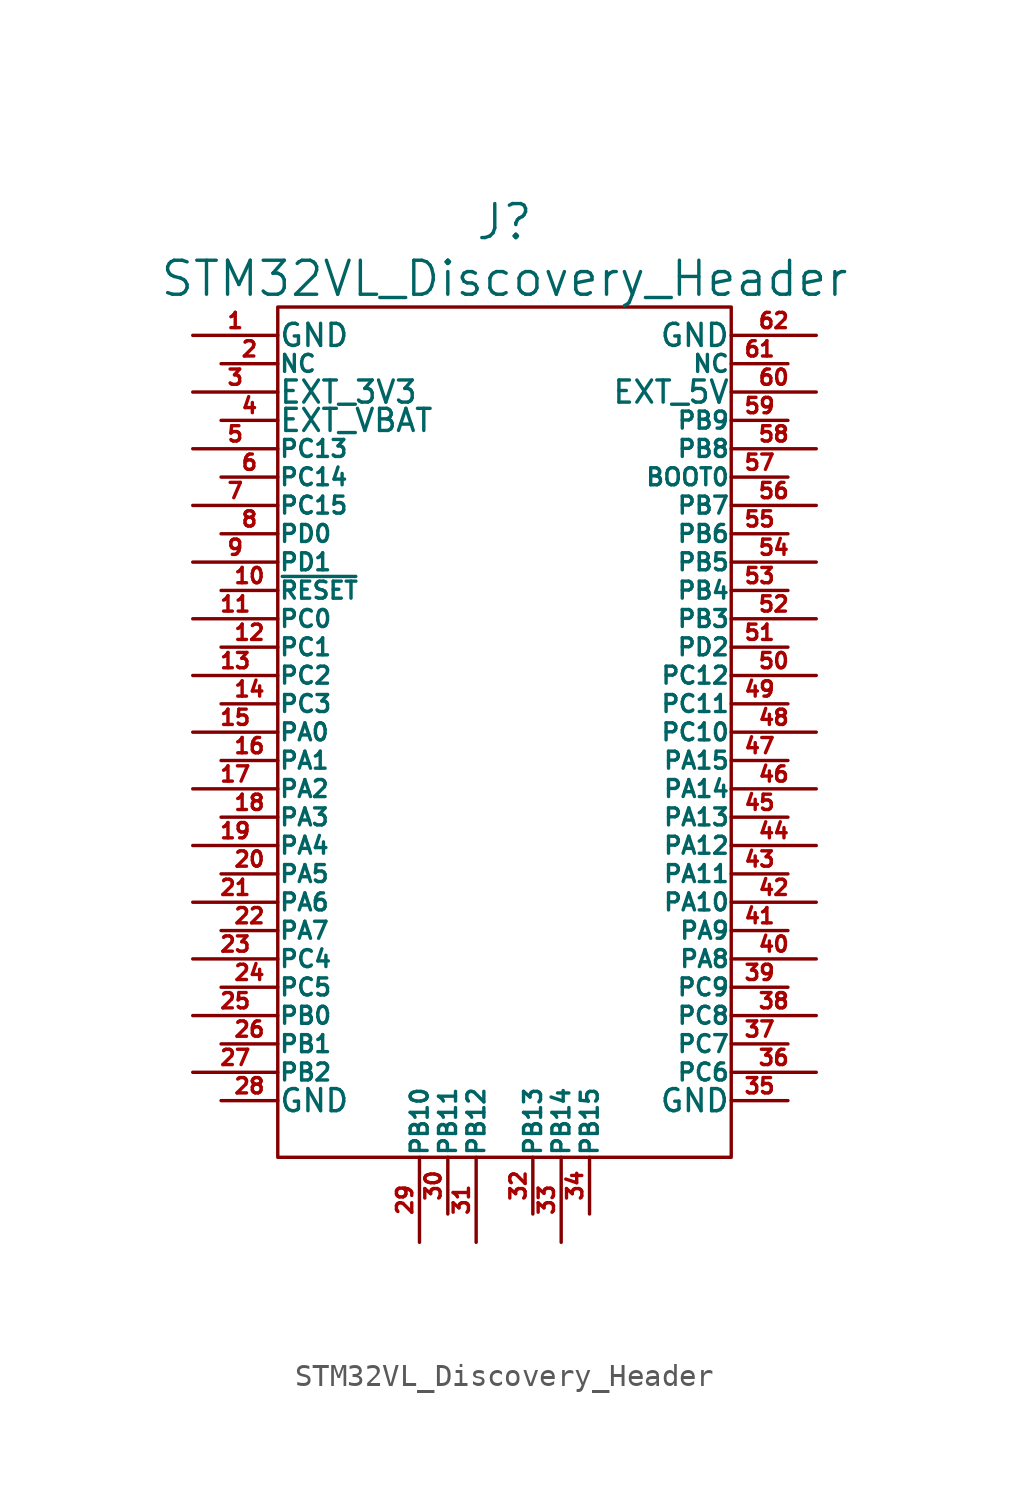
<source format=kicad_sym>
(kicad_symbol_lib
  (version 20211014)
  (generator kicad_symbol_editor)
  (symbol "STM32VL_Discovery_Header"
    (pin_names
      (offset 0.025))
    (property "Reference" "J"
      (at 0 22.86 0)
      (effects (font (size 1.524 1.524))))
    (property "Value" "STM32VL_Discovery_Header"
      (at 0 20.32 0)
      (effects (font (size 1.524 1.524))))
    (property "Footprint" ""
      (at 0 -2.54 0)
      (effects (font (size 1.524 1.524))))
    (property "Datasheet" ""
      (at 0 -2.54 0)
      (effects (font (size 1.524 1.524))))
    (symbol "STM32VL_Discovery_Header_0_1"
      (rectangle (start -10.16 19.05) (end 10.16 -19.05) (stroke (width 0) (type default) (color 0 0 0 0)) (fill (type none))))
    (symbol "STM32VL_Discovery_Header_1_1"
      (pin passive line (at -13.97 17.78 0) (length 3.81) (name "GND" (effects (font (size 0.991 0.991)))) (number "1" (effects (font (size 0.686 0.686)))))
      (pin passive line (at -12.7 6.35 0) (length 2.54) (name "~{RESET}" (effects (font (size 0.762 0.762)))) (number "10" (effects (font (size 0.686 0.686)))))
      (pin passive line (at -13.97 5.08 0) (length 3.81) (name "PC0" (effects (font (size 0.762 0.762)))) (number "11" (effects (font (size 0.686 0.686)))))
      (pin passive line (at -12.7 3.81 0) (length 2.54) (name "PC1" (effects (font (size 0.762 0.762)))) (number "12" (effects (font (size 0.686 0.686)))))
      (pin passive line (at -13.97 2.54 0) (length 3.81) (name "PC2" (effects (font (size 0.762 0.762)))) (number "13" (effects (font (size 0.686 0.686)))))
      (pin passive line (at -12.7 1.27 0) (length 2.54) (name "PC3" (effects (font (size 0.762 0.762)))) (number "14" (effects (font (size 0.686 0.686)))))
      (pin passive line (at -13.97 0 0) (length 3.81) (name "PA0" (effects (font (size 0.762 0.762)))) (number "15" (effects (font (size 0.686 0.686)))))
      (pin passive line (at -12.7 -1.27 0) (length 2.54) (name "PA1" (effects (font (size 0.762 0.762)))) (number "16" (effects (font (size 0.686 0.686)))))
      (pin passive line (at -13.97 -2.54 0) (length 3.81) (name "PA2" (effects (font (size 0.762 0.762)))) (number "17" (effects (font (size 0.686 0.686)))))
      (pin passive line (at -12.7 -3.81 0) (length 2.54) (name "PA3" (effects (font (size 0.762 0.762)))) (number "18" (effects (font (size 0.686 0.686)))))
      (pin passive line (at -13.97 -5.08 0) (length 3.81) (name "PA4" (effects (font (size 0.762 0.762)))) (number "19" (effects (font (size 0.686 0.686)))))
      (pin passive line (at -12.7 16.51 0) (length 2.54) (name "NC" (effects (font (size 0.762 0.762)))) (number "2" (effects (font (size 0.686 0.686)))))
      (pin passive line (at -12.7 -6.35 0) (length 2.54) (name "PA5" (effects (font (size 0.762 0.762)))) (number "20" (effects (font (size 0.686 0.686)))))
      (pin passive line (at -13.97 -7.62 0) (length 3.81) (name "PA6" (effects (font (size 0.762 0.762)))) (number "21" (effects (font (size 0.686 0.686)))))
      (pin passive line (at -12.7 -8.89 0) (length 2.54) (name "PA7" (effects (font (size 0.762 0.762)))) (number "22" (effects (font (size 0.686 0.686)))))
      (pin passive line (at -13.97 -10.16 0) (length 3.81) (name "PC4" (effects (font (size 0.762 0.762)))) (number "23" (effects (font (size 0.686 0.686)))))
      (pin passive line (at -12.7 -11.43 0) (length 2.54) (name "PC5" (effects (font (size 0.762 0.762)))) (number "24" (effects (font (size 0.686 0.686)))))
      (pin passive line (at -13.97 -12.7 0) (length 3.81) (name "PB0" (effects (font (size 0.762 0.762)))) (number "25" (effects (font (size 0.686 0.686)))))
      (pin passive line (at -12.7 -13.97 0) (length 2.54) (name "PB1" (effects (font (size 0.762 0.762)))) (number "26" (effects (font (size 0.686 0.686)))))
      (pin passive line (at -13.97 -15.24 0) (length 3.81) (name "PB2" (effects (font (size 0.762 0.762)))) (number "27" (effects (font (size 0.686 0.686)))))
      (pin passive line (at -12.7 -16.51 0) (length 2.54) (name "GND" (effects (font (size 0.991 0.991)))) (number "28" (effects (font (size 0.686 0.686)))))
      (pin passive line (at -3.81 -22.86 90) (length 3.81) (name "PB10" (effects (font (size 0.762 0.762)))) (number "29" (effects (font (size 0.686 0.686)))))
      (pin passive line (at -13.97 15.24 0) (length 3.81) (name "EXT_3V3" (effects (font (size 0.991 0.991)))) (number "3" (effects (font (size 0.686 0.686)))))
      (pin passive line (at -2.54 -21.59 90) (length 2.54) (name "PB11" (effects (font (size 0.762 0.762)))) (number "30" (effects (font (size 0.686 0.686)))))
      (pin passive line (at -1.27 -22.86 90) (length 3.81) (name "PB12" (effects (font (size 0.762 0.762)))) (number "31" (effects (font (size 0.686 0.686)))))
      (pin passive line (at 1.27 -21.59 90) (length 2.54) (name "PB13" (effects (font (size 0.762 0.762)))) (number "32" (effects (font (size 0.686 0.686)))))
      (pin passive line (at 2.54 -22.86 90) (length 3.81) (name "PB14" (effects (font (size 0.762 0.762)))) (number "33" (effects (font (size 0.686 0.686)))))
      (pin passive line (at 3.81 -21.59 90) (length 2.54) (name "PB15" (effects (font (size 0.762 0.762)))) (number "34" (effects (font (size 0.686 0.686)))))
      (pin passive line (at 12.7 -16.51 180) (length 2.54) (name "GND" (effects (font (size 0.991 0.991)))) (number "35" (effects (font (size 0.686 0.686)))))
      (pin passive line (at 13.97 -15.24 180) (length 3.81) (name "PC6" (effects (font (size 0.762 0.762)))) (number "36" (effects (font (size 0.686 0.686)))))
      (pin passive line (at 12.7 -13.97 180) (length 2.54) (name "PC7" (effects (font (size 0.762 0.762)))) (number "37" (effects (font (size 0.686 0.686)))))
      (pin passive line (at 13.97 -12.7 180) (length 3.81) (name "PC8" (effects (font (size 0.762 0.762)))) (number "38" (effects (font (size 0.686 0.686)))))
      (pin passive line (at 12.7 -11.43 180) (length 2.54) (name "PC9" (effects (font (size 0.762 0.762)))) (number "39" (effects (font (size 0.686 0.686)))))
      (pin passive line (at -12.7 13.97 0) (length 2.54) (name "EXT_VBAT" (effects (font (size 0.991 0.991)))) (number "4" (effects (font (size 0.686 0.686)))))
      (pin passive line (at 13.97 -10.16 180) (length 3.81) (name "PA8" (effects (font (size 0.762 0.762)))) (number "40" (effects (font (size 0.686 0.686)))))
      (pin passive line (at 12.7 -8.89 180) (length 2.54) (name "PA9" (effects (font (size 0.762 0.762)))) (number "41" (effects (font (size 0.686 0.686)))))
      (pin passive line (at 13.97 -7.62 180) (length 3.81) (name "PA10" (effects (font (size 0.762 0.762)))) (number "42" (effects (font (size 0.686 0.686)))))
      (pin passive line (at 12.7 -6.35 180) (length 2.54) (name "PA11" (effects (font (size 0.762 0.762)))) (number "43" (effects (font (size 0.686 0.686)))))
      (pin passive line (at 13.97 -5.08 180) (length 3.81) (name "PA12" (effects (font (size 0.762 0.762)))) (number "44" (effects (font (size 0.686 0.686)))))
      (pin passive line (at 12.7 -3.81 180) (length 2.54) (name "PA13" (effects (font (size 0.762 0.762)))) (number "45" (effects (font (size 0.686 0.686)))))
      (pin passive line (at 13.97 -2.54 180) (length 3.81) (name "PA14" (effects (font (size 0.762 0.762)))) (number "46" (effects (font (size 0.686 0.686)))))
      (pin passive line (at 12.7 -1.27 180) (length 2.54) (name "PA15" (effects (font (size 0.762 0.762)))) (number "47" (effects (font (size 0.686 0.686)))))
      (pin passive line (at 13.97 0 180) (length 3.81) (name "PC10" (effects (font (size 0.762 0.762)))) (number "48" (effects (font (size 0.686 0.686)))))
      (pin passive line (at 12.7 1.27 180) (length 2.54) (name "PC11" (effects (font (size 0.762 0.762)))) (number "49" (effects (font (size 0.686 0.686)))))
      (pin passive line (at -13.97 12.7 0) (length 3.81) (name "PC13" (effects (font (size 0.762 0.762)))) (number "5" (effects (font (size 0.686 0.686)))))
      (pin passive line (at 13.97 2.54 180) (length 3.81) (name "PC12" (effects (font (size 0.762 0.762)))) (number "50" (effects (font (size 0.686 0.686)))))
      (pin passive line (at 12.7 3.81 180) (length 2.54) (name "PD2" (effects (font (size 0.762 0.762)))) (number "51" (effects (font (size 0.686 0.686)))))
      (pin passive line (at 13.97 5.08 180) (length 3.81) (name "PB3" (effects (font (size 0.762 0.762)))) (number "52" (effects (font (size 0.686 0.686)))))
      (pin passive line (at 12.7 6.35 180) (length 2.54) (name "PB4" (effects (font (size 0.762 0.762)))) (number "53" (effects (font (size 0.686 0.686)))))
      (pin passive line (at 13.97 7.62 180) (length 3.81) (name "PB5" (effects (font (size 0.762 0.762)))) (number "54" (effects (font (size 0.686 0.686)))))
      (pin passive line (at 12.7 8.89 180) (length 2.54) (name "PB6" (effects (font (size 0.762 0.762)))) (number "55" (effects (font (size 0.686 0.686)))))
      (pin passive line (at 13.97 10.16 180) (length 3.81) (name "PB7" (effects (font (size 0.762 0.762)))) (number "56" (effects (font (size 0.686 0.686)))))
      (pin passive line (at 12.7 11.43 180) (length 2.54) (name "BOOT0" (effects (font (size 0.762 0.762)))) (number "57" (effects (font (size 0.686 0.686)))))
      (pin passive line (at 13.97 12.7 180) (length 3.81) (name "PB8" (effects (font (size 0.762 0.762)))) (number "58" (effects (font (size 0.686 0.686)))))
      (pin passive line (at 12.7 13.97 180) (length 2.54) (name "PB9" (effects (font (size 0.762 0.762)))) (number "59" (effects (font (size 0.686 0.686)))))
      (pin passive line (at -12.7 11.43 0) (length 2.54) (name "PC14" (effects (font (size 0.762 0.762)))) (number "6" (effects (font (size 0.686 0.686)))))
      (pin passive line (at 13.97 15.24 180) (length 3.81) (name "EXT_5V" (effects (font (size 0.991 0.991)))) (number "60" (effects (font (size 0.686 0.686)))))
      (pin passive line (at 12.7 16.51 180) (length 2.54) (name "NC" (effects (font (size 0.762 0.762)))) (number "61" (effects (font (size 0.686 0.686)))))
      (pin passive line (at 13.97 17.78 180) (length 3.81) (name "GND" (effects (font (size 0.991 0.991)))) (number "62" (effects (font (size 0.686 0.686)))))
      (pin passive line (at -13.97 10.16 0) (length 3.81) (name "PC15" (effects (font (size 0.762 0.762)))) (number "7" (effects (font (size 0.686 0.686)))))
      (pin passive line (at -12.7 8.89 0) (length 2.54) (name "PD0" (effects (font (size 0.762 0.762)))) (number "8" (effects (font (size 0.686 0.686)))))
      (pin passive line (at -13.97 7.62 0) (length 3.81) (name "PD1" (effects (font (size 0.762 0.762)))) (number "9" (effects (font (size 0.686 0.686))))))))
</source>
